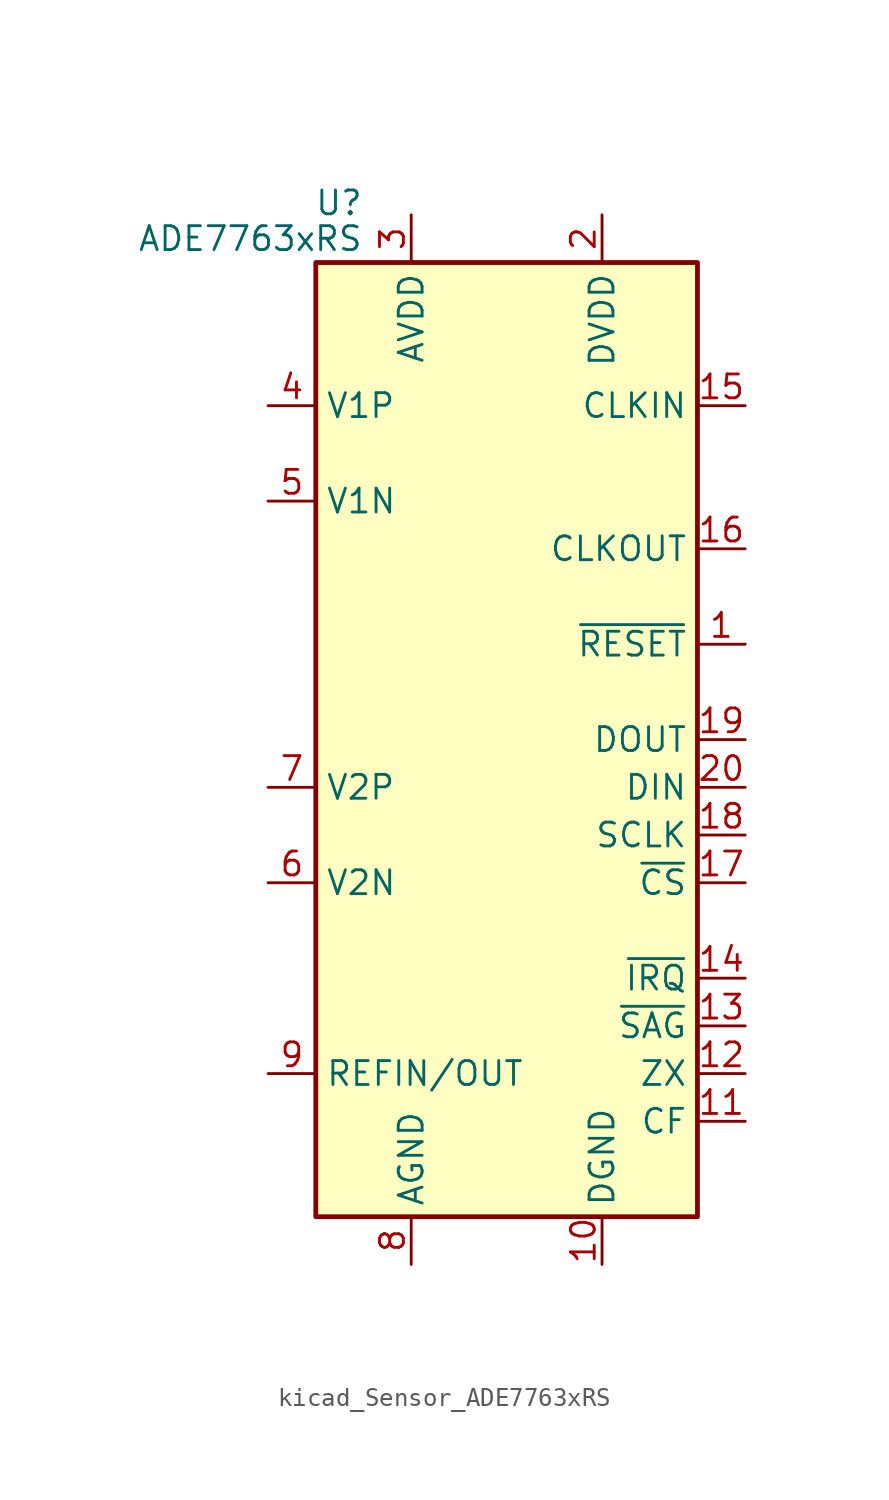
<source format=kicad_sym>
(kicad_symbol_lib
  (version 20220914)
  (generator kicad_symbol_editor)
  (symbol "kicad_Sensor_ADE7763xRS"
    (property "Reference" "U"
      (at -7.62 28.575 0)
      (effects (font (size 1.27 1.27)) (justify right)))
    (property "Value" "ADE7763xRS"
      (at -7.62 26.67 0)
      (effects (font (size 1.27 1.27)) (justify right)))
    (symbol "kicad_Sensor_ADE7763xRS_0_1"
      (rectangle (start 10.16 -25.4) (end -10.16 25.4) (stroke (width 0.254) (type default)) (fill (type background))))
    (symbol "kicad_Sensor_ADE7763xRS_1_1"
      (pin input line (at 12.7 5.08 180) (length 2.54) (name "~{RESET}" (effects (font (size 1.27 1.27)))) (number "1" (effects (font (size 1.27 1.27)))))
      (pin power_in line (at 5.08 -27.94 90) (length 2.54) (name "DGND" (effects (font (size 1.27 1.27)))) (number "10" (effects (font (size 1.27 1.27)))))
      (pin output line (at 12.7 -20.32 180) (length 2.54) (name "CF" (effects (font (size 1.27 1.27)))) (number "11" (effects (font (size 1.27 1.27)))))
      (pin output line (at 12.7 -17.78 180) (length 2.54) (name "ZX" (effects (font (size 1.27 1.27)))) (number "12" (effects (font (size 1.27 1.27)))))
      (pin open_collector line (at 12.7 -15.24 180) (length 2.54) (name "~{SAG}" (effects (font (size 1.27 1.27)))) (number "13" (effects (font (size 1.27 1.27)))))
      (pin open_collector line (at 12.7 -12.7 180) (length 2.54) (name "~{IRQ}" (effects (font (size 1.27 1.27)))) (number "14" (effects (font (size 1.27 1.27)))))
      (pin input line (at 12.7 17.78 180) (length 2.54) (name "CLKIN" (effects (font (size 1.27 1.27)))) (number "15" (effects (font (size 1.27 1.27)))))
      (pin output line (at 12.7 10.16 180) (length 2.54) (name "CLKOUT" (effects (font (size 1.27 1.27)))) (number "16" (effects (font (size 1.27 1.27)))))
      (pin input line (at 12.7 -7.62 180) (length 2.54) (name "~{CS}" (effects (font (size 1.27 1.27)))) (number "17" (effects (font (size 1.27 1.27)))))
      (pin input line (at 12.7 -5.08 180) (length 2.54) (name "SCLK" (effects (font (size 1.27 1.27)))) (number "18" (effects (font (size 1.27 1.27)))))
      (pin output line (at 12.7 0 180) (length 2.54) (name "DOUT" (effects (font (size 1.27 1.27)))) (number "19" (effects (font (size 1.27 1.27)))))
      (pin power_in line (at 5.08 27.94 270) (length 2.54) (name "DVDD" (effects (font (size 1.27 1.27)))) (number "2" (effects (font (size 1.27 1.27)))))
      (pin input line (at 12.7 -2.54 180) (length 2.54) (name "DIN" (effects (font (size 1.27 1.27)))) (number "20" (effects (font (size 1.27 1.27)))))
      (pin power_in line (at -5.08 27.94 270) (length 2.54) (name "AVDD" (effects (font (size 1.27 1.27)))) (number "3" (effects (font (size 1.27 1.27)))))
      (pin input line (at -12.7 17.78 0) (length 2.54) (name "V1P" (effects (font (size 1.27 1.27)))) (number "4" (effects (font (size 1.27 1.27)))))
      (pin input line (at -12.7 12.7 0) (length 2.54) (name "V1N" (effects (font (size 1.27 1.27)))) (number "5" (effects (font (size 1.27 1.27)))))
      (pin input line (at -12.7 -7.62 0) (length 2.54) (name "V2N" (effects (font (size 1.27 1.27)))) (number "6" (effects (font (size 1.27 1.27)))))
      (pin input line (at -12.7 -2.54 0) (length 2.54) (name "V2P" (effects (font (size 1.27 1.27)))) (number "7" (effects (font (size 1.27 1.27)))))
      (pin power_in line (at -5.08 -27.94 90) (length 2.54) (name "AGND" (effects (font (size 1.27 1.27)))) (number "8" (effects (font (size 1.27 1.27)))))
      (pin input line (at -12.7 -17.78 0) (length 2.54) (name "REFIN/OUT" (effects (font (size 1.27 1.27)))) (number "9" (effects (font (size 1.27 1.27))))))))
</source>
